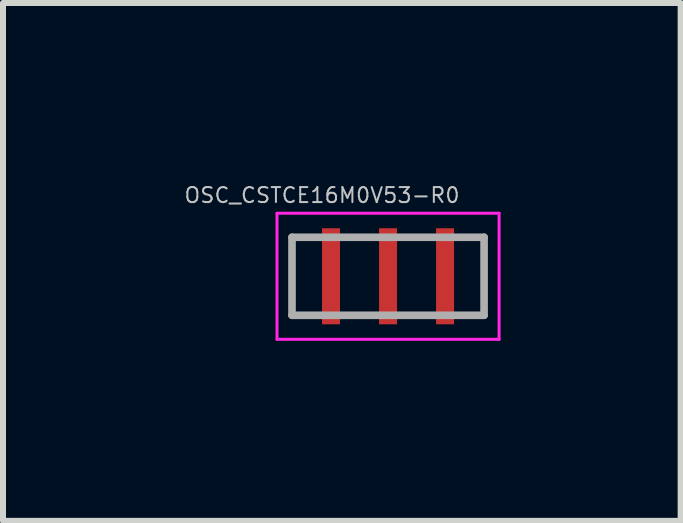
<source format=kicad_pcb>
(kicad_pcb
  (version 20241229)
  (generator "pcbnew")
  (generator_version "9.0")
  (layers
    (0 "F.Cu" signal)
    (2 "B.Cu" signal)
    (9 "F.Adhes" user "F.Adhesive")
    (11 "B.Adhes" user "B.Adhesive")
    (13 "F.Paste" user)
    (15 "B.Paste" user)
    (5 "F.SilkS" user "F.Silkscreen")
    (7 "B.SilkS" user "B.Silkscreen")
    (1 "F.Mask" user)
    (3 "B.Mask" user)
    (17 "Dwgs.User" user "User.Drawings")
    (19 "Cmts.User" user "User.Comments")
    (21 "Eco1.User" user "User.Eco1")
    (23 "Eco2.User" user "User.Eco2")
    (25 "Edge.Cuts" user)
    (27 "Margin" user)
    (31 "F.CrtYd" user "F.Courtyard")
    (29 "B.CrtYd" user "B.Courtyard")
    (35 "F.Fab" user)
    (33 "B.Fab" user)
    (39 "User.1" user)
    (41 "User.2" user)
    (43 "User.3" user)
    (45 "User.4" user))
  (footprint "OSC_CSTCE16M0V53-R0"
    (layer "F.Cu")
    (at 3.415 1.553)
    (property "Reference" "OSC_CSTCE16M0V53-R0" (at -1.1 -1.35 0) (layer "Dwgs.User") (effects (font (size 0.25 0.25) (thickness 0.033))))
    (attr through_hole)
    (fp_line (start -1.85 -1.05) (end 1.85 -1.05) (stroke (width 0.05) (type solid)) (layer "F.CrtYd"))
    (fp_line (start -1.85 1.05) (end -1.85 -1.05) (stroke (width 0.05) (type solid)) (layer "F.CrtYd"))
    (fp_line (start 1.85 -1.05) (end 1.85 1.05) (stroke (width 0.05) (type solid)) (layer "F.CrtYd"))
    (fp_line (start 1.85 1.05) (end -1.85 1.05) (stroke (width 0.05) (type solid)) (layer "F.CrtYd"))
    (fp_line (start -1.6 -0.65) (end -1.6 0.65) (stroke (width 0.127) (type solid)) (layer "F.Fab"))
    (fp_line (start -1.6 -0.65) (end 1.6 -0.65) (stroke (width 0.127) (type solid)) (layer "F.Fab"))
    (fp_line (start 1.6 -0.65) (end 1.6 0.65) (stroke (width 0.127) (type solid)) (layer "F.Fab"))
    (fp_line (start 1.6 0.65) (end -1.6 0.65) (stroke (width 0.127) (type solid)) (layer "F.Fab"))
    (pad "1" smd rect (at -0.95 0) (size 0.3 1.6) (layers "F.Cu" "F.Mask" "F.Paste"))
    (pad "2" smd rect (at 0 0) (size 0.3 1.6) (layers "F.Cu" "F.Mask" "F.Paste"))
    (pad "3" smd rect (at 0.95 0) (size 0.3 1.6) (layers "F.Cu" "F.Mask" "F.Paste")))
  (gr_rect
    (start -3 -3)
    (end 8.29 5.628)
    (stroke (width 0.1) (type default))
    (fill no)
    (layer "Edge.Cuts")))
</source>
